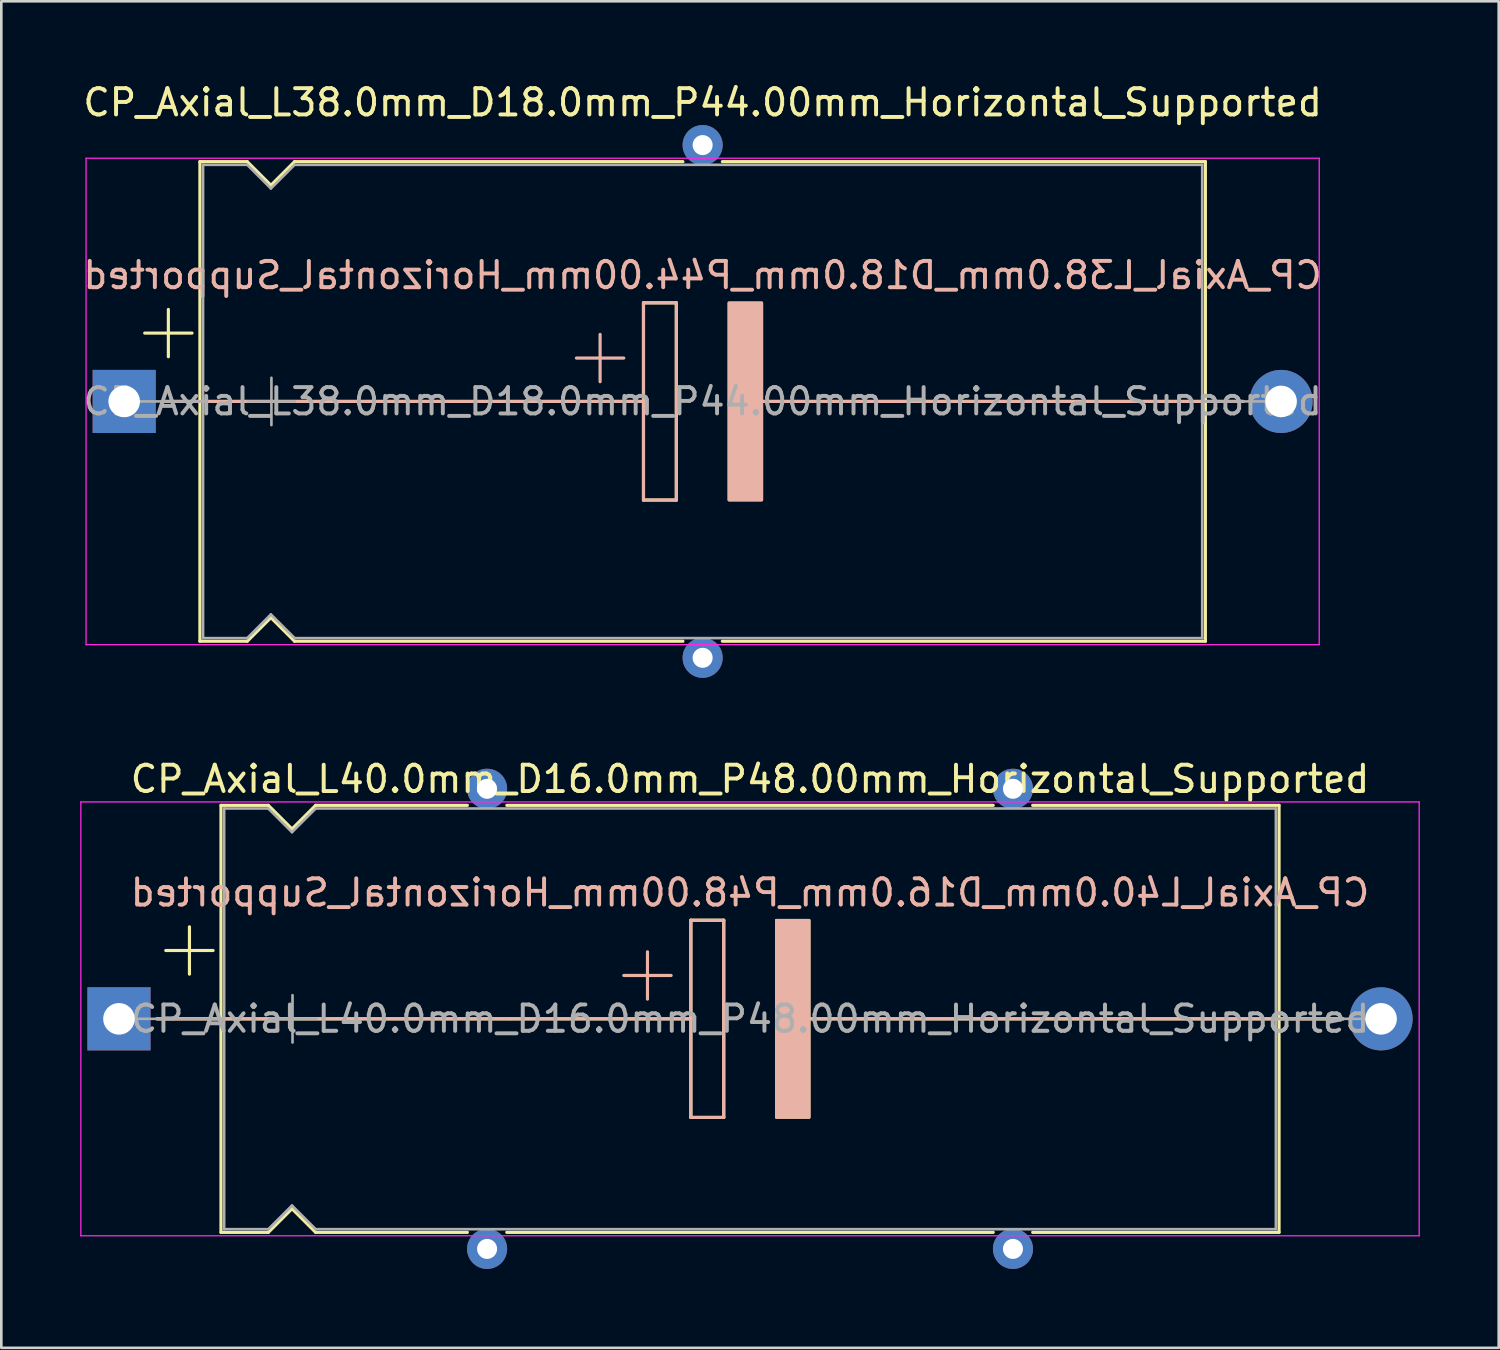
<source format=kicad_pcb>
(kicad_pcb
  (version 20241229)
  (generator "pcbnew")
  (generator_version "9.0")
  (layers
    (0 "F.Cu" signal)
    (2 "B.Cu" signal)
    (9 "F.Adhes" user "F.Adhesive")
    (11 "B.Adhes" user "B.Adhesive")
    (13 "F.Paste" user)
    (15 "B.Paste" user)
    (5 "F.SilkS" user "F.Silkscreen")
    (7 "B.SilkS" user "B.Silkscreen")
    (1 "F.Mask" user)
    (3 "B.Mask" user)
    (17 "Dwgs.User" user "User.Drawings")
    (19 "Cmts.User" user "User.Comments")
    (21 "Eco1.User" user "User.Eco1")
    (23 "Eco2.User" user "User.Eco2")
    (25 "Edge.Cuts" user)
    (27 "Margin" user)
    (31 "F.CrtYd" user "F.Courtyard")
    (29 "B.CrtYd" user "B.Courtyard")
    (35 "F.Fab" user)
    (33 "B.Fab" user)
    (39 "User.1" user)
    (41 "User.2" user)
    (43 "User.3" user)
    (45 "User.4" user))
  (footprint "CP_Axial_L40.0mm_D16.0mm_P48.00mm_Horizontal_Supported"
    (layer "F.Cu")
    (at 1.475 35.699)
    (property "Reference" "CP_Axial_L40.0mm_D16.0mm_P48.00mm_Horizontal_Supported" (at 24 -9.12 0) (layer "F.SilkS") (effects (font (size 1 1) (thickness 0.15))))
    (fp_line (start 1.44 0) (end 3.88 0) (stroke (width 0.12) (type solid)) (layer "F.SilkS"))
    (fp_line (start 1.78 -2.6) (end 3.58 -2.6) (stroke (width 0.12) (type solid)) (layer "F.SilkS"))
    (fp_line (start 2.68 -3.5) (end 2.68 -1.7) (stroke (width 0.12) (type solid)) (layer "F.SilkS"))
    (fp_line (start 3.88 -8.12) (end 3.88 8.12) (stroke (width 0.12) (type solid)) (layer "F.SilkS"))
    (fp_line (start 3.88 -8.12) (end 5.68 -8.12) (stroke (width 0.12) (type solid)) (layer "F.SilkS"))
    (fp_line (start 3.88 0) (end 21.75 0) (stroke (width 0.12) (type solid)) (layer "F.SilkS"))
    (fp_line (start 3.88 8.12) (end 5.68 8.12) (stroke (width 0.12) (type solid)) (layer "F.SilkS"))
    (fp_line (start 5.68 -8.12) (end 6.58 -7.22) (stroke (width 0.12) (type solid)) (layer "F.SilkS"))
    (fp_line (start 5.68 8.12) (end 6.58 7.22) (stroke (width 0.12) (type solid)) (layer "F.SilkS"))
    (fp_line (start 6.58 -7.22) (end 7.48 -8.12) (stroke (width 0.12) (type solid)) (layer "F.SilkS"))
    (fp_line (start 6.58 7.22) (end 7.48 8.12) (stroke (width 0.12) (type solid)) (layer "F.SilkS"))
    (fp_line (start 7.48 -8.12) (end 13.25 -8.12) (stroke (width 0.12) (type solid)) (layer "F.SilkS"))
    (fp_line (start 7.48 8.12) (end 13.25 8.12) (stroke (width 0.12) (type solid)) (layer "F.SilkS"))
    (fp_line (start 14.75 -8.12) (end 33.25 -8.12) (stroke (width 0.12) (type solid)) (layer "F.SilkS"))
    (fp_line (start 14.75 8.12) (end 33.25 8.12) (stroke (width 0.12) (type solid)) (layer "F.SilkS"))
    (fp_line (start 21.75 -3.75) (end 23 -3.75) (stroke (width 0.12) (type solid)) (layer "F.SilkS"))
    (fp_line (start 21.75 0) (end 21.75 -3.75) (stroke (width 0.12) (type solid)) (layer "F.SilkS"))
    (fp_line (start 21.75 3.75) (end 21.75 0) (stroke (width 0.12) (type solid)) (layer "F.SilkS"))
    (fp_line (start 23 -3.75) (end 23 3.75) (stroke (width 0.12) (type solid)) (layer "F.SilkS"))
    (fp_line (start 23 3.75) (end 21.75 3.75) (stroke (width 0.12) (type solid)) (layer "F.SilkS"))
    (fp_line (start 26.25 0) (end 44.12 0) (stroke (width 0.12) (type solid)) (layer "F.SilkS"))
    (fp_line (start 34.75 -8.12) (end 44.12 -8.12) (stroke (width 0.12) (type solid)) (layer "F.SilkS"))
    (fp_line (start 34.75 8.12) (end 44.12 8.12) (stroke (width 0.12) (type solid)) (layer "F.SilkS"))
    (fp_line (start 44.12 -8.12) (end 44.12 8.12) (stroke (width 0.12) (type solid)) (layer "F.SilkS"))
    (fp_line (start 46.56 0) (end 44.12 0) (stroke (width 0.12) (type solid)) (layer "F.SilkS"))
    (fp_poly (pts (xy 26.25 3.75) (xy 25 3.75) (xy 25 -3.75) (xy 26.25 -3.75)) (stroke (width 0.1) (type solid)) (fill yes) (layer "F.SilkS"))
    (fp_line (start 1.45 0) (end 14.88 0) (stroke (width 0.12) (type solid)) (layer "B.SilkS"))
    (fp_line (start 14.88 0) (end 21.75 0) (stroke (width 0.12) (type solid)) (layer "B.SilkS"))
    (fp_line (start 20.1 -2.55) (end 20.1 -0.75) (stroke (width 0.12) (type solid)) (layer "B.SilkS"))
    (fp_line (start 21 -1.65) (end 19.2 -1.65) (stroke (width 0.12) (type solid)) (layer "B.SilkS"))
    (fp_line (start 21.75 -3.75) (end 23 -3.75) (stroke (width 0.12) (type solid)) (layer "B.SilkS"))
    (fp_line (start 21.75 0) (end 21.75 -3.75) (stroke (width 0.12) (type solid)) (layer "B.SilkS"))
    (fp_line (start 21.75 3.75) (end 21.75 0) (stroke (width 0.12) (type solid)) (layer "B.SilkS"))
    (fp_line (start 23 -3.75) (end 23 3.75) (stroke (width 0.12) (type solid)) (layer "B.SilkS"))
    (fp_line (start 23 3.75) (end 21.75 3.75) (stroke (width 0.12) (type solid)) (layer "B.SilkS"))
    (fp_line (start 26.25 0) (end 33.12 0) (stroke (width 0.12) (type solid)) (layer "B.SilkS"))
    (fp_line (start 46.55 0) (end 33.12 0) (stroke (width 0.12) (type solid)) (layer "B.SilkS"))
    (fp_poly (pts (xy 26.25 3.75) (xy 25 3.75) (xy 25 -3.75) (xy 26.25 -3.75)) (stroke (width 0.1) (type solid)) (fill yes) (layer "B.SilkS"))
    (fp_line (start -1.45 -8.25) (end -1.45 8.25) (stroke (width 0.05) (type solid)) (layer "F.CrtYd"))
    (fp_line (start -1.45 8.25) (end 49.45 8.25) (stroke (width 0.05) (type solid)) (layer "F.CrtYd"))
    (fp_line (start 49.45 -8.25) (end -1.45 -8.25) (stroke (width 0.05) (type solid)) (layer "F.CrtYd"))
    (fp_line (start 49.45 8.25) (end 49.45 -8.25) (stroke (width 0.05) (type solid)) (layer "F.CrtYd"))
    (fp_line (start 0 0) (end 4 0) (stroke (width 0.1) (type solid)) (layer "F.Fab"))
    (fp_line (start 4 -8) (end 4 8) (stroke (width 0.1) (type solid)) (layer "F.Fab"))
    (fp_line (start 4 -8) (end 5.68 -8) (stroke (width 0.1) (type solid)) (layer "F.Fab"))
    (fp_line (start 4 8) (end 5.68 8) (stroke (width 0.1) (type solid)) (layer "F.Fab"))
    (fp_line (start 5.68 -8) (end 6.58 -7.1) (stroke (width 0.1) (type solid)) (layer "F.Fab"))
    (fp_line (start 5.68 8) (end 6.58 7.1) (stroke (width 0.1) (type solid)) (layer "F.Fab"))
    (fp_line (start 5.7 0) (end 7.5 0) (stroke (width 0.1) (type solid)) (layer "F.Fab"))
    (fp_line (start 6.58 -7.1) (end 7.48 -8) (stroke (width 0.1) (type solid)) (layer "F.Fab"))
    (fp_line (start 6.58 7.1) (end 7.48 8) (stroke (width 0.1) (type solid)) (layer "F.Fab"))
    (fp_line (start 6.6 -0.9) (end 6.6 0.9) (stroke (width 0.1) (type solid)) (layer "F.Fab"))
    (fp_line (start 7.48 -8) (end 44 -8) (stroke (width 0.1) (type solid)) (layer "F.Fab"))
    (fp_line (start 7.48 8) (end 44 8) (stroke (width 0.1) (type solid)) (layer "F.Fab"))
    (fp_line (start 44 -8) (end 44 8) (stroke (width 0.1) (type solid)) (layer "F.Fab"))
    (fp_line (start 48 0) (end 44 0) (stroke (width 0.1) (type solid)) (layer "F.Fab"))
    (fp_text user "${REFERENCE}" (at 24 -4.8 0) (layer "B.SilkS") (effects (font (size 1 1) (thickness 0.15)) (justify mirror)))
    (fp_text user "${REFERENCE}" (at 24 0 0) (layer "F.Fab") (effects (font (size 1 1) (thickness 0.15))))
    (pad "" thru_hole circle (at 14 -8.75) (size 1.524 1.524) (drill 0.762) (layers "*.Cu" "*.Mask"))
    (pad "" thru_hole circle (at 14 8.75) (size 1.524 1.524) (drill 0.762) (layers "*.Cu" "*.Mask"))
    (pad "" thru_hole circle (at 34 -8.75) (size 1.524 1.524) (drill 0.762) (layers "*.Cu" "*.Mask"))
    (pad "" thru_hole circle (at 34 8.75) (size 1.524 1.524) (drill 0.762) (layers "*.Cu" "*.Mask"))
    (pad "1" thru_hole rect (at 0 0) (size 2.4 2.4) (drill 1.2) (layers "*.Cu" "*.Mask"))
    (pad "2" thru_hole oval (at 48 0) (size 2.4 2.4) (drill 1.2) (layers "*.Cu" "*.Mask")))
  (footprint "CP_Axial_L38.0mm_D18.0mm_P44.00mm_Horizontal_Supported"
    (layer "F.Cu")
    (at 1.673 12.218)
    (property "Reference" "CP_Axial_L38.0mm_D18.0mm_P44.00mm_Horizontal_Supported" (at 22 -11.37 0) (layer "F.SilkS") (effects (font (size 1 1) (thickness 0.15))))
    (fp_line (start 0.78 -2.6) (end 2.58 -2.6) (stroke (width 0.12) (type solid)) (layer "F.SilkS"))
    (fp_line (start 1.44 0) (end 2.88 0) (stroke (width 0.12) (type solid)) (layer "F.SilkS"))
    (fp_line (start 1.68 -3.5) (end 1.68 -1.7) (stroke (width 0.12) (type solid)) (layer "F.SilkS"))
    (fp_line (start 2.88 -9.12) (end 2.88 9.12) (stroke (width 0.12) (type solid)) (layer "F.SilkS"))
    (fp_line (start 2.88 -9.12) (end 4.68 -9.12) (stroke (width 0.12) (type solid)) (layer "F.SilkS"))
    (fp_line (start 2.88 0) (end 19.75 0) (stroke (width 0.12) (type solid)) (layer "F.SilkS"))
    (fp_line (start 2.88 9.12) (end 4.68 9.12) (stroke (width 0.12) (type solid)) (layer "F.SilkS"))
    (fp_line (start 4.68 -9.12) (end 5.58 -8.22) (stroke (width 0.12) (type solid)) (layer "F.SilkS"))
    (fp_line (start 4.68 9.12) (end 5.58 8.22) (stroke (width 0.12) (type solid)) (layer "F.SilkS"))
    (fp_line (start 5.58 -8.22) (end 6.48 -9.12) (stroke (width 0.12) (type solid)) (layer "F.SilkS"))
    (fp_line (start 5.58 8.22) (end 6.48 9.12) (stroke (width 0.12) (type solid)) (layer "F.SilkS"))
    (fp_line (start 6.48 -9.12) (end 21.25 -9.12) (stroke (width 0.12) (type solid)) (layer "F.SilkS"))
    (fp_line (start 6.48 9.12) (end 21.25 9.12) (stroke (width 0.12) (type solid)) (layer "F.SilkS"))
    (fp_line (start 19.75 -3.75) (end 21 -3.75) (stroke (width 0.12) (type solid)) (layer "F.SilkS"))
    (fp_line (start 19.75 0) (end 19.75 -3.75) (stroke (width 0.12) (type solid)) (layer "F.SilkS"))
    (fp_line (start 19.75 3.75) (end 19.75 0) (stroke (width 0.12) (type solid)) (layer "F.SilkS"))
    (fp_line (start 21 -3.75) (end 21 3.75) (stroke (width 0.12) (type solid)) (layer "F.SilkS"))
    (fp_line (start 21 3.75) (end 19.75 3.75) (stroke (width 0.12) (type solid)) (layer "F.SilkS"))
    (fp_line (start 22.75 -9.12) (end 41.12 -9.12) (stroke (width 0.12) (type solid)) (layer "F.SilkS"))
    (fp_line (start 22.75 9.12) (end 41.12 9.12) (stroke (width 0.12) (type solid)) (layer "F.SilkS"))
    (fp_line (start 24.25 0) (end 41.12 0) (stroke (width 0.12) (type solid)) (layer "F.SilkS"))
    (fp_line (start 41.12 -9.12) (end 41.12 9.12) (stroke (width 0.12) (type solid)) (layer "F.SilkS"))
    (fp_line (start 42.56 0) (end 41.12 0) (stroke (width 0.12) (type solid)) (layer "F.SilkS"))
    (fp_poly (pts (xy 24.25 3.75) (xy 23 3.75) (xy 23 -3.75) (xy 24.25 -3.75)) (stroke (width 0.1) (type solid)) (fill yes) (layer "F.SilkS"))
    (fp_line (start 1.45 0) (end 12.88 0) (stroke (width 0.12) (type solid)) (layer "B.SilkS"))
    (fp_line (start 12.88 0) (end 19.75 0) (stroke (width 0.12) (type solid)) (layer "B.SilkS"))
    (fp_line (start 18.1 -2.55) (end 18.1 -0.75) (stroke (width 0.12) (type solid)) (layer "B.SilkS"))
    (fp_line (start 19 -1.65) (end 17.2 -1.65) (stroke (width 0.12) (type solid)) (layer "B.SilkS"))
    (fp_line (start 19.75 -3.75) (end 21 -3.75) (stroke (width 0.12) (type solid)) (layer "B.SilkS"))
    (fp_line (start 19.75 0) (end 19.75 -3.75) (stroke (width 0.12) (type solid)) (layer "B.SilkS"))
    (fp_line (start 19.75 3.75) (end 19.75 0) (stroke (width 0.12) (type solid)) (layer "B.SilkS"))
    (fp_line (start 21 -3.75) (end 21 3.75) (stroke (width 0.12) (type solid)) (layer "B.SilkS"))
    (fp_line (start 21 3.75) (end 19.75 3.75) (stroke (width 0.12) (type solid)) (layer "B.SilkS"))
    (fp_line (start 24.25 0) (end 31.12 0) (stroke (width 0.12) (type solid)) (layer "B.SilkS"))
    (fp_line (start 42.55 0) (end 31.12 0) (stroke (width 0.12) (type solid)) (layer "B.SilkS"))
    (fp_poly (pts (xy 24.25 3.75) (xy 23 3.75) (xy 23 -3.75) (xy 24.25 -3.75)) (stroke (width 0.1) (type solid)) (fill yes) (layer "B.SilkS"))
    (fp_line (start -1.45 -9.25) (end -1.45 9.25) (stroke (width 0.05) (type solid)) (layer "F.CrtYd"))
    (fp_line (start -1.45 9.25) (end 45.45 9.25) (stroke (width 0.05) (type solid)) (layer "F.CrtYd"))
    (fp_line (start 45.45 -9.25) (end -1.45 -9.25) (stroke (width 0.05) (type solid)) (layer "F.CrtYd"))
    (fp_line (start 45.45 9.25) (end 45.45 -9.25) (stroke (width 0.05) (type solid)) (layer "F.CrtYd"))
    (fp_line (start 0 0) (end 3 0) (stroke (width 0.1) (type solid)) (layer "F.Fab"))
    (fp_line (start 3 -9) (end 3 9) (stroke (width 0.1) (type solid)) (layer "F.Fab"))
    (fp_line (start 3 -9) (end 4.68 -9) (stroke (width 0.1) (type solid)) (layer "F.Fab"))
    (fp_line (start 3 9) (end 4.68 9) (stroke (width 0.1) (type solid)) (layer "F.Fab"))
    (fp_line (start 4.68 -9) (end 5.58 -8.1) (stroke (width 0.1) (type solid)) (layer "F.Fab"))
    (fp_line (start 4.68 9) (end 5.58 8.1) (stroke (width 0.1) (type solid)) (layer "F.Fab"))
    (fp_line (start 4.7 0) (end 6.5 0) (stroke (width 0.1) (type solid)) (layer "F.Fab"))
    (fp_line (start 5.58 -8.1) (end 6.48 -9) (stroke (width 0.1) (type solid)) (layer "F.Fab"))
    (fp_line (start 5.58 8.1) (end 6.48 9) (stroke (width 0.1) (type solid)) (layer "F.Fab"))
    (fp_line (start 5.6 -0.9) (end 5.6 0.9) (stroke (width 0.1) (type solid)) (layer "F.Fab"))
    (fp_line (start 6.48 -9) (end 41 -9) (stroke (width 0.1) (type solid)) (layer "F.Fab"))
    (fp_line (start 6.48 9) (end 41 9) (stroke (width 0.1) (type solid)) (layer "F.Fab"))
    (fp_line (start 41 -9) (end 41 9) (stroke (width 0.1) (type solid)) (layer "F.Fab"))
    (fp_line (start 44 0) (end 41 0) (stroke (width 0.1) (type solid)) (layer "F.Fab"))
    (fp_text user "${REFERENCE}" (at 22 -4.8 0) (layer "B.SilkS") (effects (font (size 1 1) (thickness 0.15)) (justify mirror)))
    (fp_text user "${REFERENCE}" (at 22 0 0) (layer "F.Fab") (effects (font (size 1 1) (thickness 0.15))))
    (pad "" thru_hole circle (at 22 -9.75) (size 1.524 1.524) (drill 0.762) (layers "*.Cu" "*.Mask"))
    (pad "" thru_hole circle (at 22 9.75) (size 1.524 1.524) (drill 0.762) (layers "*.Cu" "*.Mask"))
    (pad "1" thru_hole rect (at 0 0) (size 2.4 2.4) (drill 1.2) (layers "*.Cu" "*.Mask"))
    (pad "2" thru_hole oval (at 44 0) (size 2.4 2.4) (drill 1.2) (layers "*.Cu" "*.Mask")))
  (gr_rect
    (start -3 -3)
    (end 53.95 48.211)
    (stroke (width 0.1) (type default))
    (fill no)
    (layer "Edge.Cuts")))
</source>
